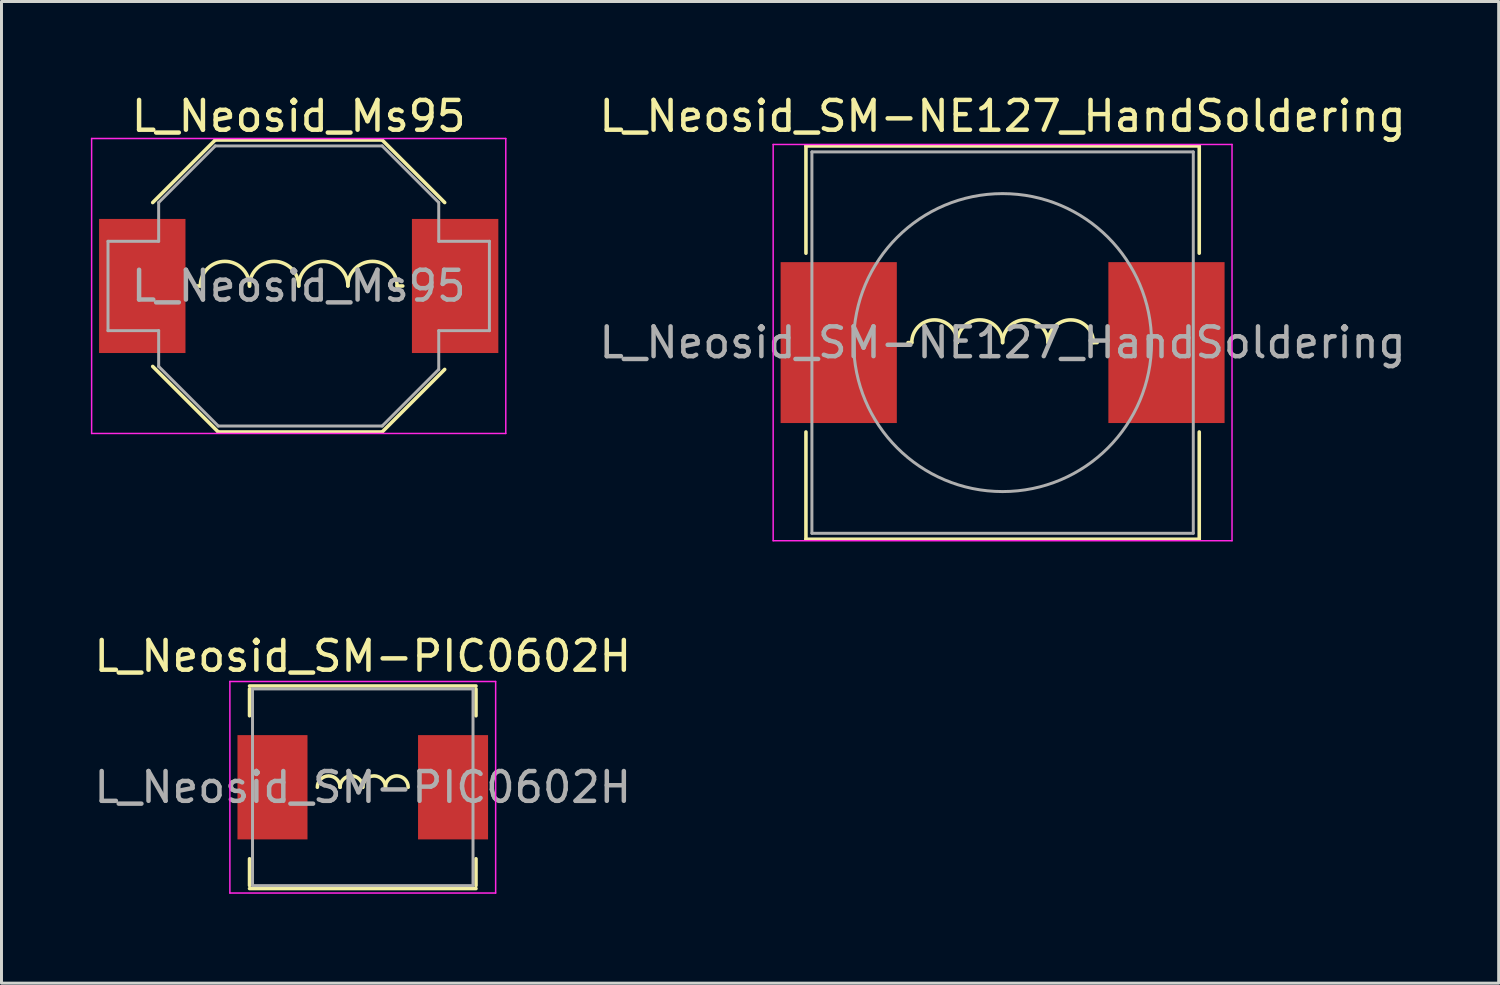
<source format=kicad_pcb>
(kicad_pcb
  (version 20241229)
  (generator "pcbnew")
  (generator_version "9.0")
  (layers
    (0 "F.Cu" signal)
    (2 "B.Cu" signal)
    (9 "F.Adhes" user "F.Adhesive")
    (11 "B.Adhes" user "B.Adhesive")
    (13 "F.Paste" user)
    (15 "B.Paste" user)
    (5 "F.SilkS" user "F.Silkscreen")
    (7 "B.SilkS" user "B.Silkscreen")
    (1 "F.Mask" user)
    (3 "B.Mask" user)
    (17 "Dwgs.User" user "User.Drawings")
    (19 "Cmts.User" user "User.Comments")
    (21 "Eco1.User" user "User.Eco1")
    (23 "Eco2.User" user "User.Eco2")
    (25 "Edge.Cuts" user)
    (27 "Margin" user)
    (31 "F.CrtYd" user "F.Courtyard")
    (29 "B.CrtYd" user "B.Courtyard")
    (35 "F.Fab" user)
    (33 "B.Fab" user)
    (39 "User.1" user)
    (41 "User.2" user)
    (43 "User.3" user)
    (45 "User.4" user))
  (footprint "L_Neosid_SM-NE127_HandSoldering"
    (layer "F.Cu")
    (at 30.599 8.448)
    (property "Reference" "L_Neosid_SM-NE127_HandSoldering" (at 0 -7.6 0) (layer "F.SilkS") (effects (font (size 1 1) (thickness 0.15))))
    (attr smd)
    (fp_line (start -6.6 -6.6) (end 6.6 -6.6) (stroke (width 0.12) (type solid)) (layer "F.SilkS"))
    (fp_line (start -6.6 -3) (end -6.6 -6.6) (stroke (width 0.12) (type solid)) (layer "F.SilkS"))
    (fp_line (start -6.6 6.6) (end -6.6 3) (stroke (width 0.12) (type solid)) (layer "F.SilkS"))
    (fp_line (start -3.175 0) (end -3.048 0) (stroke (width 0.12) (type solid)) (layer "F.SilkS"))
    (fp_line (start 3.048 0) (end 3.175 0) (stroke (width 0.12) (type solid)) (layer "F.SilkS"))
    (fp_line (start 6.6 -6.6) (end 6.6 -3) (stroke (width 0.12) (type solid)) (layer "F.SilkS"))
    (fp_line (start 6.6 3) (end 6.6 6.6) (stroke (width 0.12) (type solid)) (layer "F.SilkS"))
    (fp_line (start 6.6 6.6) (end -6.6 6.6) (stroke (width 0.12) (type solid)) (layer "F.SilkS"))
    (fp_arc (start -3.048 0) (mid -2.286 -0.762) (end -1.524 0) (stroke (width 0.12) (type solid)) (layer "F.SilkS"))
    (fp_arc (start -1.524 0) (mid -0.762 -0.762) (end 0 0) (stroke (width 0.12) (type solid)) (layer "F.SilkS"))
    (fp_arc (start 0 0) (mid 0.762 -0.762) (end 1.524 0) (stroke (width 0.12) (type solid)) (layer "F.SilkS"))
    (fp_arc (start 1.524 0) (mid 2.286 -0.762) (end 3.048 0) (stroke (width 0.12) (type solid)) (layer "F.SilkS"))
    (fp_line (start -7.7 -6.65) (end -7.7 6.65) (stroke (width 0.05) (type solid)) (layer "F.CrtYd"))
    (fp_line (start -7.7 -6.65) (end 7.7 -6.65) (stroke (width 0.05) (type solid)) (layer "F.CrtYd"))
    (fp_line (start 7.7 6.65) (end -7.7 6.65) (stroke (width 0.05) (type solid)) (layer "F.CrtYd"))
    (fp_line (start 7.7 6.65) (end 7.7 -6.65) (stroke (width 0.05) (type solid)) (layer "F.CrtYd"))
    (fp_line (start -6.4 -6.4) (end 6.4 -6.4) (stroke (width 0.1) (type solid)) (layer "F.Fab"))
    (fp_line (start -6.4 6.4) (end -6.4 -6.4) (stroke (width 0.1) (type solid)) (layer "F.Fab"))
    (fp_line (start 6.4 -6.4) (end 6.4 6.4) (stroke (width 0.1) (type solid)) (layer "F.Fab"))
    (fp_line (start 6.4 6.4) (end -6.4 6.4) (stroke (width 0.1) (type solid)) (layer "F.Fab"))
    (fp_circle (center 0 0) (end 5 0) (stroke (width 0.1) (type solid)) (fill no) (layer "F.Fab"))
    (fp_text user "${REFERENCE}" (at 0 0 0) (layer "F.Fab") (effects (font (size 1 1) (thickness 0.15))))
    (pad "1" smd rect (at -5.5 0) (size 3.9 5.4) (layers "F.Cu" "F.Mask" "F.Paste"))
    (pad "2" smd rect (at 5.5 0) (size 3.9 5.4) (layers "F.Cu" "F.Mask" "F.Paste")))
  (footprint "L_Neosid_Ms95"
    (layer "F.Cu")
    (at 6.975 6.548)
    (property "Reference" "L_Neosid_Ms95" (at 0 -5.7 0) (layer "F.SilkS") (effects (font (size 1 1) (thickness 0.15))))
    (attr smd)
    (fp_line (start -4.9 -2.8) (end -2.8 -4.9) (stroke (width 0.12) (type solid)) (layer "F.SilkS"))
    (fp_line (start -3.493 0) (end -3.302 0) (stroke (width 0.12) (type solid)) (layer "F.SilkS"))
    (fp_line (start -2.8 -4.9) (end 2.8 -4.9) (stroke (width 0.12) (type solid)) (layer "F.SilkS"))
    (fp_line (start -2.7 4.9) (end -4.9 2.7) (stroke (width 0.12) (type solid)) (layer "F.SilkS"))
    (fp_line (start -2.7 4.9) (end 2.8 4.9) (stroke (width 0.12) (type solid)) (layer "F.SilkS"))
    (fp_line (start 2.8 -4.9) (end 4.9 -2.8) (stroke (width 0.12) (type solid)) (layer "F.SilkS"))
    (fp_line (start 2.8 4.9) (end 4.9 2.8) (stroke (width 0.12) (type solid)) (layer "F.SilkS"))
    (fp_line (start 3.302 0) (end 3.493 0) (stroke (width 0.12) (type solid)) (layer "F.SilkS"))
    (fp_arc (start -3.302 0) (mid -2.4765 -0.8255) (end -1.651 0) (stroke (width 0.12) (type solid)) (layer "F.SilkS"))
    (fp_arc (start -1.651 0) (mid -0.8255 -0.8255) (end 0 0) (stroke (width 0.12) (type solid)) (layer "F.SilkS"))
    (fp_arc (start 0 0) (mid 0.8255 -0.8255) (end 1.651 0) (stroke (width 0.12) (type solid)) (layer "F.SilkS"))
    (fp_arc (start 1.651 0) (mid 2.4765 -0.8255) (end 3.302 0) (stroke (width 0.12) (type solid)) (layer "F.SilkS"))
    (fp_line (start -6.95 -4.95) (end -6.95 4.95) (stroke (width 0.05) (type solid)) (layer "F.CrtYd"))
    (fp_line (start -6.95 -4.95) (end 6.95 -4.95) (stroke (width 0.05) (type solid)) (layer "F.CrtYd"))
    (fp_line (start 6.95 4.95) (end -6.95 4.95) (stroke (width 0.05) (type solid)) (layer "F.CrtYd"))
    (fp_line (start 6.95 4.95) (end 6.95 -4.95) (stroke (width 0.05) (type solid)) (layer "F.CrtYd"))
    (fp_line (start -6.4 -1.5) (end -6.4 1.5) (stroke (width 0.1) (type solid)) (layer "F.Fab"))
    (fp_line (start -6.4 -1.5) (end -4.7 -1.5) (stroke (width 0.1) (type solid)) (layer "F.Fab"))
    (fp_line (start -6.4 1.5) (end -4.7 1.5) (stroke (width 0.1) (type solid)) (layer "F.Fab"))
    (fp_line (start -4.7 -1.5) (end -4.7 -2.8) (stroke (width 0.1) (type solid)) (layer "F.Fab"))
    (fp_line (start -4.7 1.5) (end -4.7 2.7) (stroke (width 0.1) (type solid)) (layer "F.Fab"))
    (fp_line (start -4.7 2.7) (end -2.7 4.7) (stroke (width 0.1) (type solid)) (layer "F.Fab"))
    (fp_line (start -2.8 -4.7) (end -4.7 -2.8) (stroke (width 0.1) (type solid)) (layer "F.Fab"))
    (fp_line (start 2.8 -4.7) (end -2.8 -4.7) (stroke (width 0.1) (type solid)) (layer "F.Fab"))
    (fp_line (start 2.8 4.7) (end -2.7 4.7) (stroke (width 0.1) (type solid)) (layer "F.Fab"))
    (fp_line (start 4.7 -2.8) (end 2.8 -4.7) (stroke (width 0.1) (type solid)) (layer "F.Fab"))
    (fp_line (start 4.7 -1.5) (end 4.7 -2.8) (stroke (width 0.1) (type solid)) (layer "F.Fab"))
    (fp_line (start 4.7 1.5) (end 6.4 1.5) (stroke (width 0.1) (type solid)) (layer "F.Fab"))
    (fp_line (start 4.7 2.8) (end 2.8 4.7) (stroke (width 0.1) (type solid)) (layer "F.Fab"))
    (fp_line (start 4.7 2.8) (end 4.7 1.5) (stroke (width 0.1) (type solid)) (layer "F.Fab"))
    (fp_line (start 6.4 -1.5) (end 4.7 -1.5) (stroke (width 0.1) (type solid)) (layer "F.Fab"))
    (fp_line (start 6.4 1.5) (end 6.4 -1.5) (stroke (width 0.1) (type solid)) (layer "F.Fab"))
    (fp_text user "${REFERENCE}" (at 0 0 0) (layer "F.Fab") (effects (font (size 1 1) (thickness 0.15))))
    (pad "1" smd rect (at -5.25 0) (size 2.9 4.5) (layers "F.Cu" "F.Mask" "F.Paste"))
    (pad "2" smd rect (at 5.25 0) (size 2.9 4.5) (layers "F.Cu" "F.Mask" "F.Paste")))
  (footprint "L_Neosid_SM-PIC0602H"
    (layer "F.Cu")
    (at 9.125 23.372)
    (property "Reference" "L_Neosid_SM-PIC0602H" (at 0 -4.4 0) (layer "F.SilkS") (effects (font (size 1 1) (thickness 0.15))))
    (attr smd)
    (fp_line (start -3.8 -3.3) (end -3.8 -2.4) (stroke (width 0.12) (type solid)) (layer "F.SilkS"))
    (fp_line (start -3.8 2.4) (end -3.8 3.3) (stroke (width 0.12) (type solid)) (layer "F.SilkS"))
    (fp_line (start -3.8 3.4) (end 3.8 3.4) (stroke (width 0.12) (type solid)) (layer "F.SilkS"))
    (fp_line (start 3.8 -3.4) (end -3.8 -3.4) (stroke (width 0.12) (type solid)) (layer "F.SilkS"))
    (fp_line (start 3.8 -2.4) (end 3.8 -3.3) (stroke (width 0.12) (type solid)) (layer "F.SilkS"))
    (fp_line (start 3.8 3.3) (end 3.8 2.4) (stroke (width 0.12) (type solid)) (layer "F.SilkS"))
    (fp_arc (start -1.524 0) (mid -1.143 -0.381) (end -0.762 0) (stroke (width 0.12) (type solid)) (layer "F.SilkS"))
    (fp_arc (start -0.762 0) (mid -0.381 -0.381) (end 0 0) (stroke (width 0.12) (type solid)) (layer "F.SilkS"))
    (fp_arc (start 0 0) (mid 0.381 -0.381) (end 0.762 0) (stroke (width 0.12) (type solid)) (layer "F.SilkS"))
    (fp_arc (start 0.762 0) (mid 1.143 -0.381) (end 1.524 0) (stroke (width 0.12) (type solid)) (layer "F.SilkS"))
    (fp_line (start -4.46 -3.55) (end -4.46 3.55) (stroke (width 0.05) (type solid)) (layer "F.CrtYd"))
    (fp_line (start -4.46 -3.55) (end 4.46 -3.55) (stroke (width 0.05) (type solid)) (layer "F.CrtYd"))
    (fp_line (start 4.46 3.55) (end -4.46 3.55) (stroke (width 0.05) (type solid)) (layer "F.CrtYd"))
    (fp_line (start 4.46 3.55) (end 4.46 -3.55) (stroke (width 0.05) (type solid)) (layer "F.CrtYd"))
    (fp_line (start -3.7 -3.3) (end -3.7 3.3) (stroke (width 0.1) (type solid)) (layer "F.Fab"))
    (fp_line (start -3.7 3.3) (end 3.7 3.3) (stroke (width 0.1) (type solid)) (layer "F.Fab"))
    (fp_line (start 3.7 -3.3) (end -3.7 -3.3) (stroke (width 0.1) (type solid)) (layer "F.Fab"))
    (fp_line (start 3.7 3.3) (end 3.7 -3.3) (stroke (width 0.1) (type solid)) (layer "F.Fab"))
    (fp_text user "${REFERENCE}" (at 0 0 0) (layer "F.Fab") (effects (font (size 1 1) (thickness 0.15))))
    (pad "1" smd rect (at -3.03 0) (size 2.35 3.5) (layers "F.Cu" "F.Mask" "F.Paste"))
    (pad "2" smd rect (at 3.03 0) (size 2.35 3.5) (layers "F.Cu" "F.Mask" "F.Paste")))
  (gr_rect
    (start -3 -3)
    (end 47.248 29.947)
    (stroke (width 0.1) (type default))
    (fill no)
    (layer "Edge.Cuts")))
</source>
